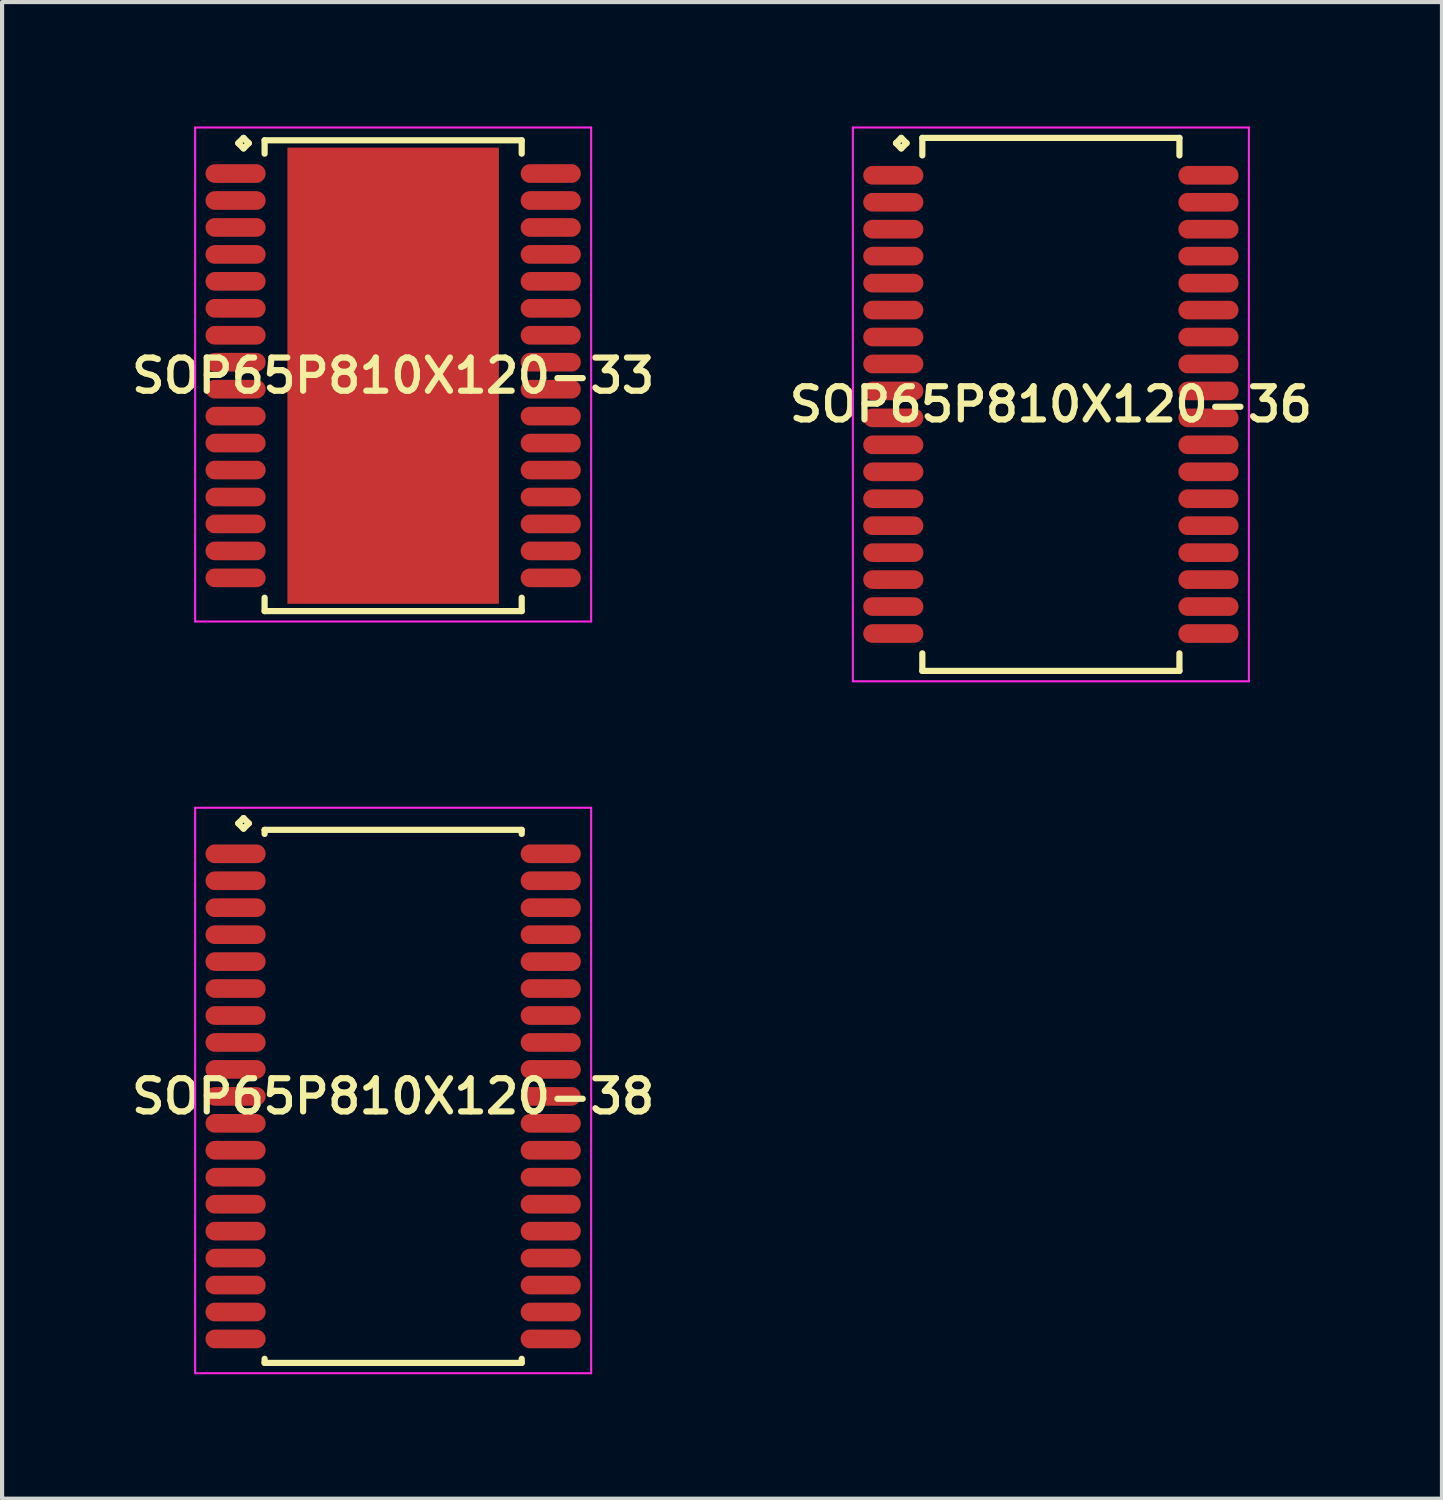
<source format=kicad_pcb>
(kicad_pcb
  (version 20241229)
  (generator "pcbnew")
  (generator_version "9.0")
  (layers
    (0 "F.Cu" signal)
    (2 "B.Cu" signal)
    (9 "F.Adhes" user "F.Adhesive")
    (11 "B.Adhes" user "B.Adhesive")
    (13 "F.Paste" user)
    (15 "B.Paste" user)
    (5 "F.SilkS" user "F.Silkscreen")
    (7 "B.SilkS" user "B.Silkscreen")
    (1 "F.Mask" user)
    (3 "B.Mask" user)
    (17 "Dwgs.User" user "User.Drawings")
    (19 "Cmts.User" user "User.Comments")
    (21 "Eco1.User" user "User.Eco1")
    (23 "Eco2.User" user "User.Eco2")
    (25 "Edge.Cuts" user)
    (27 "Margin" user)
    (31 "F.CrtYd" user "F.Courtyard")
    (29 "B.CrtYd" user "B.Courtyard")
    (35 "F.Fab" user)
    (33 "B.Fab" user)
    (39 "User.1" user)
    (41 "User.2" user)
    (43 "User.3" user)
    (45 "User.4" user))
  (footprint "SOP65P810X120-38"
    (layer "F.Cu")
    (at 6.431 23.389)
    (property "Reference" "SOP65P810X120-38" (at 0 0 0) (layer "F.SilkS") (effects (font (size 0.8 0.8) (thickness 0.15))))
    (attr smd)
    (fp_line (start -3.735 -6.583) (end -3.608 -6.71) (stroke (width 0.15) (type solid)) (layer "F.SilkS"))
    (fp_line (start -3.608 -6.71) (end -3.481 -6.583) (stroke (width 0.15) (type solid)) (layer "F.SilkS"))
    (fp_line (start -3.608 -6.456) (end -3.735 -6.583) (stroke (width 0.15) (type solid)) (layer "F.SilkS"))
    (fp_line (start -3.481 -6.583) (end -3.608 -6.456) (stroke (width 0.15) (type solid)) (layer "F.SilkS"))
    (fp_line (start -3.1 -6.427) (end 3.1 -6.427) (stroke (width 0.15) (type solid)) (layer "F.SilkS"))
    (fp_line (start -3.1 -6.329) (end -3.1 -6.427) (stroke (width 0.15) (type solid)) (layer "F.SilkS"))
    (fp_line (start -3.1 6.329) (end -3.1 6.427) (stroke (width 0.15) (type solid)) (layer "F.SilkS"))
    (fp_line (start -3.1 6.427) (end 3.1 6.427) (stroke (width 0.15) (type solid)) (layer "F.SilkS"))
    (fp_line (start 3.1 -6.427) (end 3.1 -6.329) (stroke (width 0.15) (type solid)) (layer "F.SilkS"))
    (fp_line (start 3.1 6.427) (end 3.1 6.329) (stroke (width 0.15) (type solid)) (layer "F.SilkS"))
    (fp_line (start -4.775 -6.96) (end 4.775 -6.96) (stroke (width 0.05) (type solid)) (layer "F.CrtYd"))
    (fp_line (start -4.775 6.677) (end -4.775 -6.96) (stroke (width 0.05) (type solid)) (layer "F.CrtYd"))
    (fp_line (start 4.775 -6.96) (end 4.775 6.677) (stroke (width 0.05) (type solid)) (layer "F.CrtYd"))
    (fp_line (start 4.775 6.677) (end -4.775 6.677) (stroke (width 0.05) (type solid)) (layer "F.CrtYd"))
    (pad "1" smd oval (at -3.8 -5.85) (size 1.45 0.45) (layers "F.Cu" "F.Mask" "F.Paste"))
    (pad "2" smd oval (at -3.8 -5.2) (size 1.45 0.45) (layers "F.Cu" "F.Mask" "F.Paste"))
    (pad "3" smd oval (at -3.8 -4.55) (size 1.45 0.45) (layers "F.Cu" "F.Mask" "F.Paste"))
    (pad "4" smd oval (at -3.8 -3.9) (size 1.45 0.45) (layers "F.Cu" "F.Mask" "F.Paste"))
    (pad "5" smd oval (at -3.8 -3.25) (size 1.45 0.45) (layers "F.Cu" "F.Mask" "F.Paste"))
    (pad "6" smd oval (at -3.8 -2.6) (size 1.45 0.45) (layers "F.Cu" "F.Mask" "F.Paste"))
    (pad "7" smd oval (at -3.8 -1.95) (size 1.45 0.45) (layers "F.Cu" "F.Mask" "F.Paste"))
    (pad "8" smd oval (at -3.8 -1.3) (size 1.45 0.45) (layers "F.Cu" "F.Mask" "F.Paste"))
    (pad "9" smd oval (at -3.8 -0.65) (size 1.45 0.45) (layers "F.Cu" "F.Mask" "F.Paste"))
    (pad "10" smd oval (at -3.8 0) (size 1.45 0.45) (layers "F.Cu" "F.Mask" "F.Paste"))
    (pad "11" smd oval (at -3.8 0.65) (size 1.45 0.45) (layers "F.Cu" "F.Mask" "F.Paste"))
    (pad "12" smd oval (at -3.8 1.3) (size 1.45 0.45) (layers "F.Cu" "F.Mask" "F.Paste"))
    (pad "13" smd oval (at -3.8 1.95) (size 1.45 0.45) (layers "F.Cu" "F.Mask" "F.Paste"))
    (pad "14" smd oval (at -3.8 2.6) (size 1.45 0.45) (layers "F.Cu" "F.Mask" "F.Paste"))
    (pad "15" smd oval (at -3.8 3.25) (size 1.45 0.45) (layers "F.Cu" "F.Mask" "F.Paste"))
    (pad "16" smd oval (at -3.8 3.9) (size 1.45 0.45) (layers "F.Cu" "F.Mask" "F.Paste"))
    (pad "17" smd oval (at -3.8 4.55) (size 1.45 0.45) (layers "F.Cu" "F.Mask" "F.Paste"))
    (pad "18" smd oval (at -3.8 5.2) (size 1.45 0.45) (layers "F.Cu" "F.Mask" "F.Paste"))
    (pad "19" smd oval (at -3.8 5.85) (size 1.45 0.45) (layers "F.Cu" "F.Mask" "F.Paste"))
    (pad "20" smd oval (at 3.8 5.85) (size 1.45 0.45) (layers "F.Cu" "F.Mask" "F.Paste"))
    (pad "21" smd oval (at 3.8 5.2) (size 1.45 0.45) (layers "F.Cu" "F.Mask" "F.Paste"))
    (pad "22" smd oval (at 3.8 4.55) (size 1.45 0.45) (layers "F.Cu" "F.Mask" "F.Paste"))
    (pad "23" smd oval (at 3.8 3.9) (size 1.45 0.45) (layers "F.Cu" "F.Mask" "F.Paste"))
    (pad "24" smd oval (at 3.8 3.25) (size 1.45 0.45) (layers "F.Cu" "F.Mask" "F.Paste"))
    (pad "25" smd oval (at 3.8 2.6) (size 1.45 0.45) (layers "F.Cu" "F.Mask" "F.Paste"))
    (pad "26" smd oval (at 3.8 1.95) (size 1.45 0.45) (layers "F.Cu" "F.Mask" "F.Paste"))
    (pad "27" smd oval (at 3.8 1.3) (size 1.45 0.45) (layers "F.Cu" "F.Mask" "F.Paste"))
    (pad "28" smd oval (at 3.8 0.65) (size 1.45 0.45) (layers "F.Cu" "F.Mask" "F.Paste"))
    (pad "29" smd oval (at 3.8 0) (size 1.45 0.45) (layers "F.Cu" "F.Mask" "F.Paste"))
    (pad "30" smd oval (at 3.8 -0.65) (size 1.45 0.45) (layers "F.Cu" "F.Mask" "F.Paste"))
    (pad "31" smd oval (at 3.8 -1.3) (size 1.45 0.45) (layers "F.Cu" "F.Mask" "F.Paste"))
    (pad "32" smd oval (at 3.8 -1.95) (size 1.45 0.45) (layers "F.Cu" "F.Mask" "F.Paste"))
    (pad "33" smd oval (at 3.8 -2.6) (size 1.45 0.45) (layers "F.Cu" "F.Mask" "F.Paste"))
    (pad "34" smd oval (at 3.8 -3.25) (size 1.45 0.45) (layers "F.Cu" "F.Mask" "F.Paste"))
    (pad "35" smd oval (at 3.8 -3.9) (size 1.45 0.45) (layers "F.Cu" "F.Mask" "F.Paste"))
    (pad "36" smd oval (at 3.8 -4.55) (size 1.45 0.45) (layers "F.Cu" "F.Mask" "F.Paste"))
    (pad "37" smd oval (at 3.8 -5.2) (size 1.45 0.45) (layers "F.Cu" "F.Mask" "F.Paste"))
    (pad "38" smd oval (at 3.8 -5.85) (size 1.45 0.45) (layers "F.Cu" "F.Mask" "F.Paste")))
  (footprint "SOP65P810X120-36"
    (layer "F.Cu")
    (at 22.292 6.702)
    (property "Reference" "SOP65P810X120-36" (at 0 0 0) (layer "F.SilkS") (effects (font (size 0.8 0.8) (thickness 0.15))))
    (attr smd)
    (fp_line (start -3.735 -6.3) (end -3.608 -6.427) (stroke (width 0.15) (type solid)) (layer "F.SilkS"))
    (fp_line (start -3.608 -6.427) (end -3.481 -6.3) (stroke (width 0.15) (type solid)) (layer "F.SilkS"))
    (fp_line (start -3.608 -6.173) (end -3.735 -6.3) (stroke (width 0.15) (type solid)) (layer "F.SilkS"))
    (fp_line (start -3.481 -6.3) (end -3.608 -6.173) (stroke (width 0.15) (type solid)) (layer "F.SilkS"))
    (fp_line (start -3.1 -6.427) (end 3.1 -6.427) (stroke (width 0.15) (type solid)) (layer "F.SilkS"))
    (fp_line (start -3.1 -6.004) (end -3.1 -6.427) (stroke (width 0.15) (type solid)) (layer "F.SilkS"))
    (fp_line (start -3.1 6.004) (end -3.1 6.427) (stroke (width 0.15) (type solid)) (layer "F.SilkS"))
    (fp_line (start -3.1 6.427) (end 3.1 6.427) (stroke (width 0.15) (type solid)) (layer "F.SilkS"))
    (fp_line (start 3.1 -6.427) (end 3.1 -6.004) (stroke (width 0.15) (type solid)) (layer "F.SilkS"))
    (fp_line (start 3.1 6.427) (end 3.1 6.004) (stroke (width 0.15) (type solid)) (layer "F.SilkS"))
    (fp_line (start -4.775 -6.677) (end 4.775 -6.677) (stroke (width 0.05) (type solid)) (layer "F.CrtYd"))
    (fp_line (start -4.775 6.677) (end -4.775 -6.677) (stroke (width 0.05) (type solid)) (layer "F.CrtYd"))
    (fp_line (start 4.775 -6.677) (end 4.775 6.677) (stroke (width 0.05) (type solid)) (layer "F.CrtYd"))
    (fp_line (start 4.775 6.677) (end -4.775 6.677) (stroke (width 0.05) (type solid)) (layer "F.CrtYd"))
    (pad "1" smd oval (at -3.8 -5.525) (size 1.45 0.45) (layers "F.Cu" "F.Mask" "F.Paste"))
    (pad "2" smd oval (at -3.8 -4.875) (size 1.45 0.45) (layers "F.Cu" "F.Mask" "F.Paste"))
    (pad "3" smd oval (at -3.8 -4.225) (size 1.45 0.45) (layers "F.Cu" "F.Mask" "F.Paste"))
    (pad "4" smd oval (at -3.8 -3.575) (size 1.45 0.45) (layers "F.Cu" "F.Mask" "F.Paste"))
    (pad "5" smd oval (at -3.8 -2.925) (size 1.45 0.45) (layers "F.Cu" "F.Mask" "F.Paste"))
    (pad "6" smd oval (at -3.8 -2.275) (size 1.45 0.45) (layers "F.Cu" "F.Mask" "F.Paste"))
    (pad "7" smd oval (at -3.8 -1.625) (size 1.45 0.45) (layers "F.Cu" "F.Mask" "F.Paste"))
    (pad "8" smd oval (at -3.8 -0.975) (size 1.45 0.45) (layers "F.Cu" "F.Mask" "F.Paste"))
    (pad "9" smd oval (at -3.8 -0.325) (size 1.45 0.45) (layers "F.Cu" "F.Mask" "F.Paste"))
    (pad "10" smd oval (at -3.8 0.325) (size 1.45 0.45) (layers "F.Cu" "F.Mask" "F.Paste"))
    (pad "11" smd oval (at -3.8 0.975) (size 1.45 0.45) (layers "F.Cu" "F.Mask" "F.Paste"))
    (pad "12" smd oval (at -3.8 1.625) (size 1.45 0.45) (layers "F.Cu" "F.Mask" "F.Paste"))
    (pad "13" smd oval (at -3.8 2.275) (size 1.45 0.45) (layers "F.Cu" "F.Mask" "F.Paste"))
    (pad "14" smd oval (at -3.8 2.925) (size 1.45 0.45) (layers "F.Cu" "F.Mask" "F.Paste"))
    (pad "15" smd oval (at -3.8 3.575) (size 1.45 0.45) (layers "F.Cu" "F.Mask" "F.Paste"))
    (pad "16" smd oval (at -3.8 4.225) (size 1.45 0.45) (layers "F.Cu" "F.Mask" "F.Paste"))
    (pad "17" smd oval (at -3.8 4.875) (size 1.45 0.45) (layers "F.Cu" "F.Mask" "F.Paste"))
    (pad "18" smd oval (at -3.8 5.525) (size 1.45 0.45) (layers "F.Cu" "F.Mask" "F.Paste"))
    (pad "19" smd oval (at 3.8 5.525) (size 1.45 0.45) (layers "F.Cu" "F.Mask" "F.Paste"))
    (pad "20" smd oval (at 3.8 4.875) (size 1.45 0.45) (layers "F.Cu" "F.Mask" "F.Paste"))
    (pad "21" smd oval (at 3.8 4.225) (size 1.45 0.45) (layers "F.Cu" "F.Mask" "F.Paste"))
    (pad "22" smd oval (at 3.8 3.575) (size 1.45 0.45) (layers "F.Cu" "F.Mask" "F.Paste"))
    (pad "23" smd oval (at 3.8 2.925) (size 1.45 0.45) (layers "F.Cu" "F.Mask" "F.Paste"))
    (pad "24" smd oval (at 3.8 2.275) (size 1.45 0.45) (layers "F.Cu" "F.Mask" "F.Paste"))
    (pad "25" smd oval (at 3.8 1.625) (size 1.45 0.45) (layers "F.Cu" "F.Mask" "F.Paste"))
    (pad "26" smd oval (at 3.8 0.975) (size 1.45 0.45) (layers "F.Cu" "F.Mask" "F.Paste"))
    (pad "27" smd oval (at 3.8 0.325) (size 1.45 0.45) (layers "F.Cu" "F.Mask" "F.Paste"))
    (pad "28" smd oval (at 3.8 -0.325) (size 1.45 0.45) (layers "F.Cu" "F.Mask" "F.Paste"))
    (pad "29" smd oval (at 3.8 -0.975) (size 1.45 0.45) (layers "F.Cu" "F.Mask" "F.Paste"))
    (pad "30" smd oval (at 3.8 -1.625) (size 1.45 0.45) (layers "F.Cu" "F.Mask" "F.Paste"))
    (pad "31" smd oval (at 3.8 -2.275) (size 1.45 0.45) (layers "F.Cu" "F.Mask" "F.Paste"))
    (pad "32" smd oval (at 3.8 -2.925) (size 1.45 0.45) (layers "F.Cu" "F.Mask" "F.Paste"))
    (pad "33" smd oval (at 3.8 -3.575) (size 1.45 0.45) (layers "F.Cu" "F.Mask" "F.Paste"))
    (pad "34" smd oval (at 3.8 -4.225) (size 1.45 0.45) (layers "F.Cu" "F.Mask" "F.Paste"))
    (pad "35" smd oval (at 3.8 -4.875) (size 1.45 0.45) (layers "F.Cu" "F.Mask" "F.Paste"))
    (pad "36" smd oval (at 3.8 -5.525) (size 1.45 0.45) (layers "F.Cu" "F.Mask" "F.Paste")))
  (footprint "SOP65P810X120-33"
    (layer "F.Cu")
    (at 6.431 6.01)
    (property "Reference" "SOP65P810X120-33" (at 0 0 0) (layer "F.SilkS") (effects (font (size 0.8 0.8) (thickness 0.15))))
    (attr smd)
    (fp_line (start -3.735 -5.608) (end -3.608 -5.735) (stroke (width 0.15) (type solid)) (layer "F.SilkS"))
    (fp_line (start -3.608 -5.735) (end -3.481 -5.608) (stroke (width 0.15) (type solid)) (layer "F.SilkS"))
    (fp_line (start -3.608 -5.481) (end -3.735 -5.608) (stroke (width 0.15) (type solid)) (layer "F.SilkS"))
    (fp_line (start -3.481 -5.608) (end -3.608 -5.481) (stroke (width 0.15) (type solid)) (layer "F.SilkS"))
    (fp_line (start -3.1 -5.677) (end 3.1 -5.677) (stroke (width 0.15) (type solid)) (layer "F.SilkS"))
    (fp_line (start -3.1 -5.354) (end -3.1 -5.677) (stroke (width 0.15) (type solid)) (layer "F.SilkS"))
    (fp_line (start -3.1 5.354) (end -3.1 5.677) (stroke (width 0.15) (type solid)) (layer "F.SilkS"))
    (fp_line (start -3.1 5.677) (end 3.1 5.677) (stroke (width 0.15) (type solid)) (layer "F.SilkS"))
    (fp_line (start 3.1 -5.677) (end 3.1 -5.354) (stroke (width 0.15) (type solid)) (layer "F.SilkS"))
    (fp_line (start 3.1 5.677) (end 3.1 5.354) (stroke (width 0.15) (type solid)) (layer "F.SilkS"))
    (fp_line (start -4.775 -5.985) (end 4.775 -5.985) (stroke (width 0.05) (type solid)) (layer "F.CrtYd"))
    (fp_line (start -4.775 5.927) (end -4.775 -5.985) (stroke (width 0.05) (type solid)) (layer "F.CrtYd"))
    (fp_line (start 4.775 -5.985) (end 4.775 5.927) (stroke (width 0.05) (type solid)) (layer "F.CrtYd"))
    (fp_line (start 4.775 5.927) (end -4.775 5.927) (stroke (width 0.05) (type solid)) (layer "F.CrtYd"))
    (pad "1" smd oval (at -3.8 -4.875) (size 1.45 0.45) (layers "F.Cu" "F.Mask" "F.Paste"))
    (pad "2" smd oval (at -3.8 -4.225) (size 1.45 0.45) (layers "F.Cu" "F.Mask" "F.Paste"))
    (pad "3" smd oval (at -3.8 -3.575) (size 1.45 0.45) (layers "F.Cu" "F.Mask" "F.Paste"))
    (pad "4" smd oval (at -3.8 -2.925) (size 1.45 0.45) (layers "F.Cu" "F.Mask" "F.Paste"))
    (pad "5" smd oval (at -3.8 -2.275) (size 1.45 0.45) (layers "F.Cu" "F.Mask" "F.Paste"))
    (pad "6" smd oval (at -3.8 -1.625) (size 1.45 0.45) (layers "F.Cu" "F.Mask" "F.Paste"))
    (pad "7" smd oval (at -3.8 -0.975) (size 1.45 0.45) (layers "F.Cu" "F.Mask" "F.Paste"))
    (pad "8" smd oval (at -3.8 -0.325) (size 1.45 0.45) (layers "F.Cu" "F.Mask" "F.Paste"))
    (pad "9" smd oval (at -3.8 0.325) (size 1.45 0.45) (layers "F.Cu" "F.Mask" "F.Paste"))
    (pad "10" smd oval (at -3.8 0.975) (size 1.45 0.45) (layers "F.Cu" "F.Mask" "F.Paste"))
    (pad "11" smd oval (at -3.8 1.625) (size 1.45 0.45) (layers "F.Cu" "F.Mask" "F.Paste"))
    (pad "12" smd oval (at -3.8 2.275) (size 1.45 0.45) (layers "F.Cu" "F.Mask" "F.Paste"))
    (pad "13" smd oval (at -3.8 2.925) (size 1.45 0.45) (layers "F.Cu" "F.Mask" "F.Paste"))
    (pad "14" smd oval (at -3.8 3.575) (size 1.45 0.45) (layers "F.Cu" "F.Mask" "F.Paste"))
    (pad "15" smd oval (at -3.8 4.225) (size 1.45 0.45) (layers "F.Cu" "F.Mask" "F.Paste"))
    (pad "16" smd oval (at -3.8 4.875) (size 1.45 0.45) (layers "F.Cu" "F.Mask" "F.Paste"))
    (pad "17" smd oval (at 3.8 4.875) (size 1.45 0.45) (layers "F.Cu" "F.Mask" "F.Paste"))
    (pad "18" smd oval (at 3.8 4.225) (size 1.45 0.45) (layers "F.Cu" "F.Mask" "F.Paste"))
    (pad "19" smd oval (at 3.8 3.575) (size 1.45 0.45) (layers "F.Cu" "F.Mask" "F.Paste"))
    (pad "20" smd oval (at 3.8 2.925) (size 1.45 0.45) (layers "F.Cu" "F.Mask" "F.Paste"))
    (pad "21" smd oval (at 3.8 2.275) (size 1.45 0.45) (layers "F.Cu" "F.Mask" "F.Paste"))
    (pad "22" smd oval (at 3.8 1.625) (size 1.45 0.45) (layers "F.Cu" "F.Mask" "F.Paste"))
    (pad "23" smd oval (at 3.8 0.975) (size 1.45 0.45) (layers "F.Cu" "F.Mask" "F.Paste"))
    (pad "24" smd oval (at 3.8 0.325) (size 1.45 0.45) (layers "F.Cu" "F.Mask" "F.Paste"))
    (pad "25" smd oval (at 3.8 -0.325) (size 1.45 0.45) (layers "F.Cu" "F.Mask" "F.Paste"))
    (pad "26" smd oval (at 3.8 -0.975) (size 1.45 0.45) (layers "F.Cu" "F.Mask" "F.Paste"))
    (pad "27" smd oval (at 3.8 -1.625) (size 1.45 0.45) (layers "F.Cu" "F.Mask" "F.Paste"))
    (pad "28" smd oval (at 3.8 -2.275) (size 1.45 0.45) (layers "F.Cu" "F.Mask" "F.Paste"))
    (pad "29" smd oval (at 3.8 -2.925) (size 1.45 0.45) (layers "F.Cu" "F.Mask" "F.Paste"))
    (pad "30" smd oval (at 3.8 -3.575) (size 1.45 0.45) (layers "F.Cu" "F.Mask" "F.Paste"))
    (pad "31" smd oval (at 3.8 -4.225) (size 1.45 0.45) (layers "F.Cu" "F.Mask" "F.Paste"))
    (pad "32" smd oval (at 3.8 -4.875) (size 1.45 0.45) (layers "F.Cu" "F.Mask" "F.Paste"))
    (pad "33" smd rect (at 0 0) (size 5.1 11) (layers "F.Cu" "F.Mask" "F.Paste")))
  (gr_rect
    (start -3 -3)
    (end 31.723 33.091)
    (stroke (width 0.1) (type default))
    (fill no)
    (layer "Edge.Cuts")))
</source>
